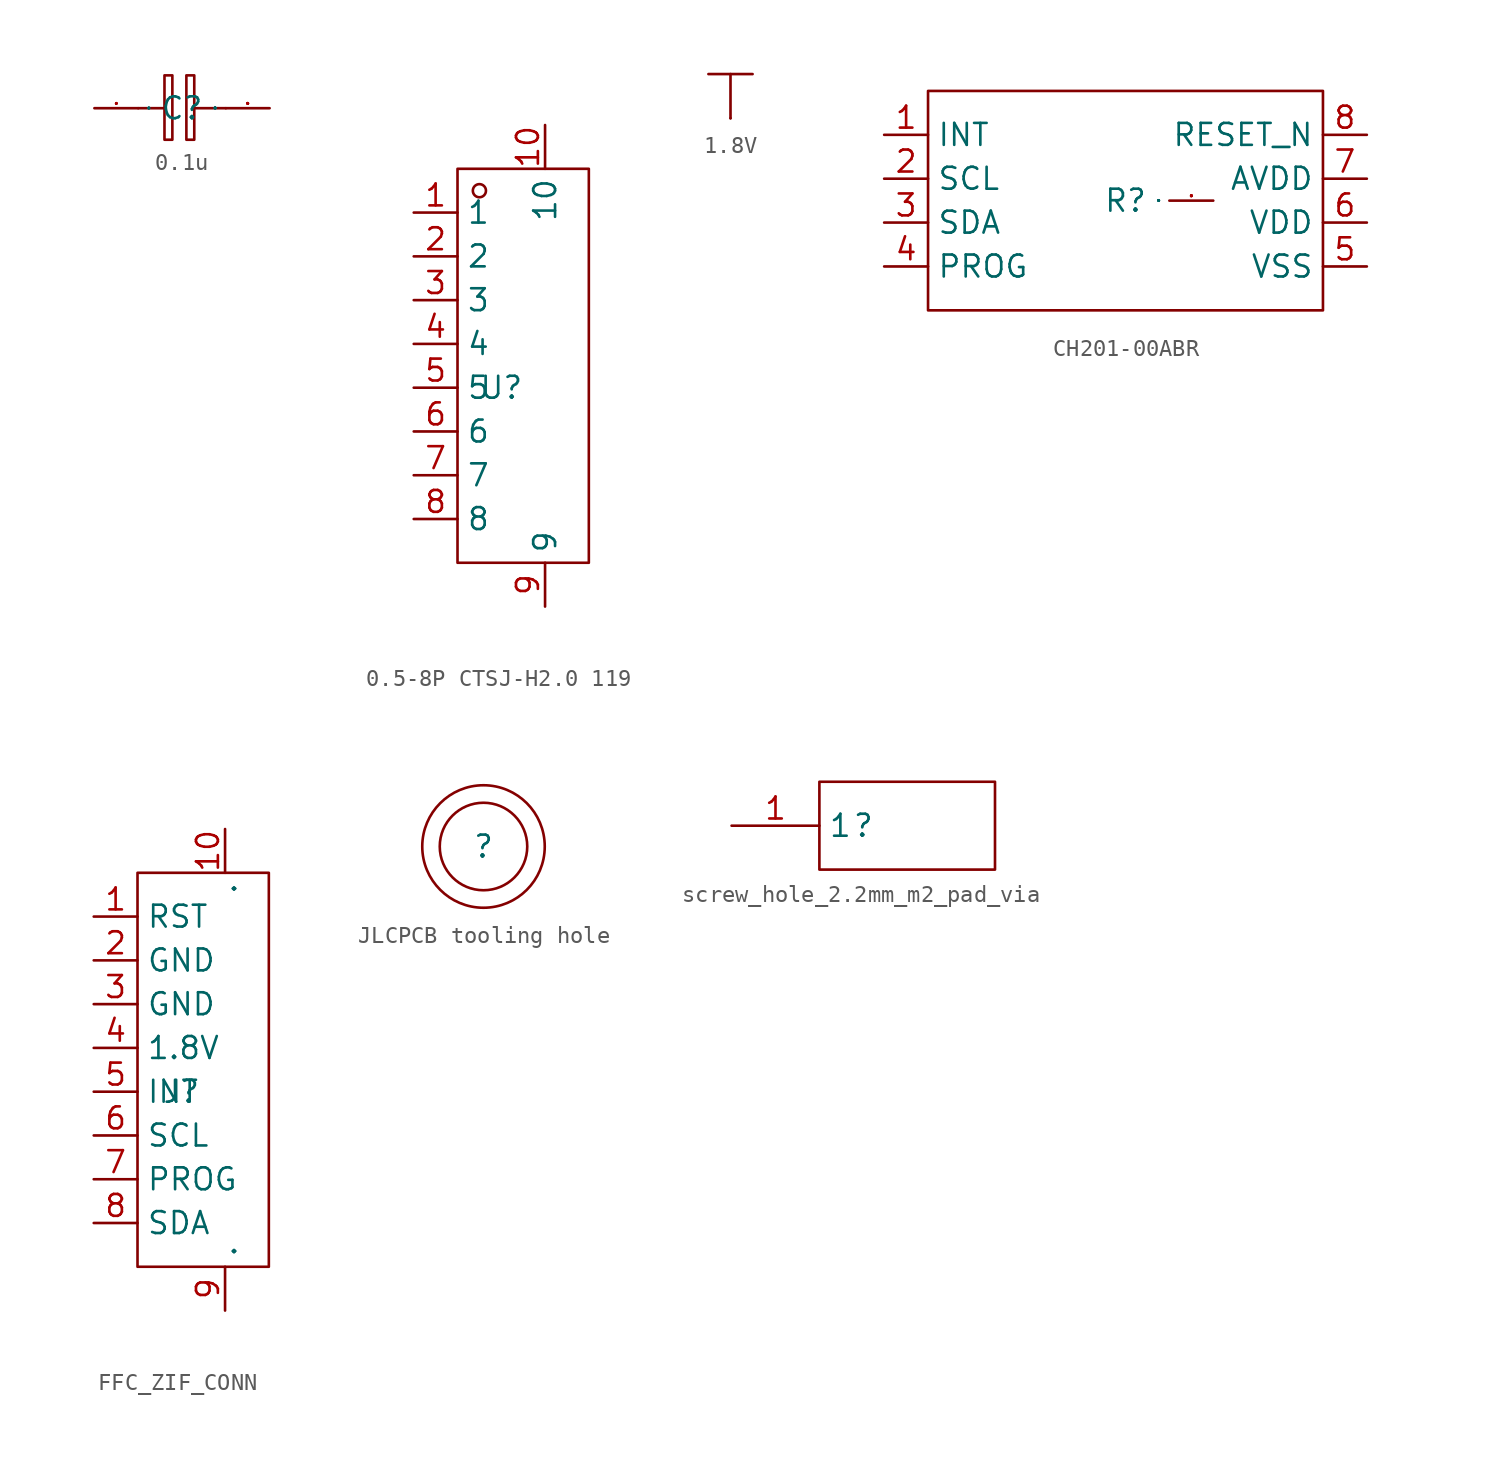
<source format=kicad_sym>
(kicad_symbol_lib
  (version 20231120)
  (generator "kicad_symbol_editor")
  (generator_version "8.0")
  (symbol "0.1u"
    (property "Reference" "C"
      (at 0 0 0)
      (effects (font (size 1.27 1.27))))
    (property "Value" ""
      (at 0 0 0)
      (effects (font (size 1.27 1.27))))
    (symbol "0.1u_1_0"
      (rectangle (start -1.016 -1.829) (end -0.559 1.905) (stroke (width 0) (type default)) (fill (type none)))
      (polyline (pts (xy -2.54 0) (xy -1.016 0)) (stroke (width 0) (type default)) (fill (type none)))
      (polyline (pts (xy 2.54 0) (xy 0.762 0)) (stroke (width 0) (type default)) (fill (type none)))
      (rectangle (start 0.254 -1.829) (end 0.711 1.905) (stroke (width 0) (type default)) (fill (type none)))
      (pin unspecified line (at -5.08 0 0) (length 2.54) (name "1" (effects (font (size 0.025 0.025)))) (number "1" (effects (font (size 0.025 0.025)))))
      (pin unspecified line (at 5.08 0 180) (length 2.54) (name "2" (effects (font (size 0.025 0.025)))) (number "2" (effects (font (size 0.025 0.025)))))))
  (symbol "0.5-8P CTSJ-H2.0 119"
    (property "Reference" "U"
      (at 0 0 0)
      (effects (font (size 1.27 1.27))))
    (property "Value" ""
      (at 0 0 0)
      (effects (font (size 1.27 1.27))))
    (symbol "0.5-8P CTSJ-H2.0 119_1_0"
      (rectangle (start -2.54 -10.16) (end 5.08 12.7) (stroke (width 0) (type default)) (fill (type none)))
      (circle (center -1.27 11.43) (radius 0.381) (stroke (width 0) (type default)) (fill (type none)))
      (pin unspecified line (at -5.08 10.16 0) (length 2.54) (name "1" (effects (font (size 1.27 1.27)))) (number "1" (effects (font (size 1.27 1.27)))))
      (pin unspecified line (at 2.54 15.24 270) (length 2.54) (name "10" (effects (font (size 1.27 1.27)))) (number "10" (effects (font (size 1.27 1.27)))))
      (pin unspecified line (at -5.08 7.62 0) (length 2.54) (name "2" (effects (font (size 1.27 1.27)))) (number "2" (effects (font (size 1.27 1.27)))))
      (pin unspecified line (at -5.08 5.08 0) (length 2.54) (name "3" (effects (font (size 1.27 1.27)))) (number "3" (effects (font (size 1.27 1.27)))))
      (pin unspecified line (at -5.08 2.54 0) (length 2.54) (name "4" (effects (font (size 1.27 1.27)))) (number "4" (effects (font (size 1.27 1.27)))))
      (pin unspecified line (at -5.08 0 0) (length 2.54) (name "5" (effects (font (size 1.27 1.27)))) (number "5" (effects (font (size 1.27 1.27)))))
      (pin unspecified line (at -5.08 -2.54 0) (length 2.54) (name "6" (effects (font (size 1.27 1.27)))) (number "6" (effects (font (size 1.27 1.27)))))
      (pin unspecified line (at -5.08 -5.08 0) (length 2.54) (name "7" (effects (font (size 1.27 1.27)))) (number "7" (effects (font (size 1.27 1.27)))))
      (pin unspecified line (at -5.08 -7.62 0) (length 2.54) (name "8" (effects (font (size 1.27 1.27)))) (number "8" (effects (font (size 1.27 1.27)))))
      (pin unspecified line (at 2.54 -12.7 90) (length 2.54) (name "9" (effects (font (size 1.27 1.27)))) (number "9" (effects (font (size 1.27 1.27)))))))
  (symbol "1.8V"
    (power)
    (pin_numbers hide)
    (pin_names hide)
    (property "Reference" "#PWR"
      (at 0 0 0)
      (effects (font (size 1.27 1.27)) (hide yes)))
    (symbol "1.8V_1_0"
      (polyline (pts (xy -1.27 2.54) (xy 1.27 2.54)) (stroke (width 0) (type default)) (fill (type none)))
      (polyline (pts (xy 0 2.54) (xy 0 0)) (stroke (width 0) (type default)) (fill (type none)))
      (pin power_in line (at 0 0 0) (length 0) (name "" (effects (font (size 1.27 1.27)))) (number "1" (effects (font (size 0 0)))))))
  (symbol "CH201-00ABR"
    (property "Reference" "R"
      (at 0 0 0)
      (effects (font (size 1.27 1.27))))
    (property "Value" ""
      (at 0 0 0)
      (effects (font (size 1.27 1.27))))
    (symbol "CH201-00ABR_1_0"
      (rectangle (start -11.43 -6.35) (end 11.43 6.35) (stroke (width 0) (type default)) (fill (type none)))
      (pin input line (at -13.97 3.81 0) (length 2.54) (name "INT" (effects (font (size 1.27 1.27)))) (number "1" (effects (font (size 1.27 1.27)))))
      (pin input line (at 5.08 0 180) (length 2.54) (name "2" (effects (font (size 0.025 0.025)))) (number "2" (effects (font (size 0.025 0.025)))))
      (pin input line (at -13.97 1.27 0) (length 2.54) (name "SCL" (effects (font (size 1.27 1.27)))) (number "2" (effects (font (size 1.27 1.27)))))
      (pin input line (at -13.97 -1.27 0) (length 2.54) (name "SDA" (effects (font (size 1.27 1.27)))) (number "3" (effects (font (size 1.27 1.27)))))
      (pin input line (at -13.97 -3.81 0) (length 2.54) (name "PROG" (effects (font (size 1.27 1.27)))) (number "4" (effects (font (size 1.27 1.27)))))
      (pin input line (at 13.97 -3.81 180) (length 2.54) (name "VSS" (effects (font (size 1.27 1.27)))) (number "5" (effects (font (size 1.27 1.27)))))
      (pin input line (at 13.97 -1.27 180) (length 2.54) (name "VDD" (effects (font (size 1.27 1.27)))) (number "6" (effects (font (size 1.27 1.27)))))
      (pin input line (at 13.97 1.27 180) (length 2.54) (name "AVDD" (effects (font (size 1.27 1.27)))) (number "7" (effects (font (size 1.27 1.27)))))
      (pin input line (at 13.97 3.81 180) (length 2.54) (name "RESET_N" (effects (font (size 1.27 1.27)))) (number "8" (effects (font (size 1.27 1.27)))))))
  (symbol "FFC_ZIF_CONN"
    (property "Reference" "J"
      (at 0 0 0)
      (effects (font (size 1.27 1.27))))
    (property "Value" ""
      (at 0 0 0)
      (effects (font (size 1.27 1.27))))
    (symbol "FFC_ZIF_CONN_1_0"
      (rectangle (start -2.54 -10.16) (end 5.08 12.7) (stroke (width 0) (type default)) (fill (type none)))
      (pin unspecified line (at -5.08 10.16 0) (length 2.54) (name "RST" (effects (font (size 1.27 1.27)))) (number "1" (effects (font (size 1.27 1.27)))))
      (pin unspecified line (at 2.54 15.24 270) (length 2.54) (name "." (effects (font (size 1.27 1.27)))) (number "10" (effects (font (size 1.27 1.27)))))
      (pin unspecified line (at -5.08 7.62 0) (length 2.54) (name "GND" (effects (font (size 1.27 1.27)))) (number "2" (effects (font (size 1.27 1.27)))))
      (pin unspecified line (at -5.08 5.08 0) (length 2.54) (name "GND" (effects (font (size 1.27 1.27)))) (number "3" (effects (font (size 1.27 1.27)))))
      (pin unspecified line (at -5.08 2.54 0) (length 2.54) (name "1.8V" (effects (font (size 1.27 1.27)))) (number "4" (effects (font (size 1.27 1.27)))))
      (pin unspecified line (at -5.08 0 0) (length 2.54) (name "INT" (effects (font (size 1.27 1.27)))) (number "5" (effects (font (size 1.27 1.27)))))
      (pin unspecified line (at -5.08 -2.54 0) (length 2.54) (name "SCL" (effects (font (size 1.27 1.27)))) (number "6" (effects (font (size 1.27 1.27)))))
      (pin unspecified line (at -5.08 -5.08 0) (length 2.54) (name "PROG" (effects (font (size 1.27 1.27)))) (number "7" (effects (font (size 1.27 1.27)))))
      (pin unspecified line (at -5.08 -7.62 0) (length 2.54) (name "SDA" (effects (font (size 1.27 1.27)))) (number "8" (effects (font (size 1.27 1.27)))))
      (pin unspecified line (at 2.54 -12.7 90) (length 2.54) (name "." (effects (font (size 1.27 1.27)))) (number "9" (effects (font (size 1.27 1.27)))))))
  (symbol "JLCPCB tooling hole"
    (property "Reference" ""
      (at 0 0 0)
      (effects (font (size 1.27 1.27))))
    (property "Value" ""
      (at 0 0 0)
      (effects (font (size 1.27 1.27))))
    (symbol "JLCPCB tooling hole_1_0"
      (circle (center 0 0) (radius 2.54) (stroke (width 0) (type default)) (fill (type none)))
      (circle (center 0 0) (radius 3.556) (stroke (width 0) (type default)) (fill (type none)))))
  (symbol "screw_hole_2.2mm_m2_pad_via"
    (property "Reference" ""
      (at 0 0 0)
      (effects (font (size 1.27 1.27))))
    (property "Value" ""
      (at 0 0 0)
      (effects (font (size 1.27 1.27))))
    (symbol "screw_hole_2.2mm_m2_pad_via_1_0"
      (rectangle (start -2.54 2.54) (end 7.62 -2.54) (stroke (width 0) (type default)) (fill (type none)))
      (pin input line (at -7.62 0 0) (length 5.08) (name "1" (effects (font (size 1.27 1.27)))) (number "1" (effects (font (size 1.27 1.27))))))))
</source>
